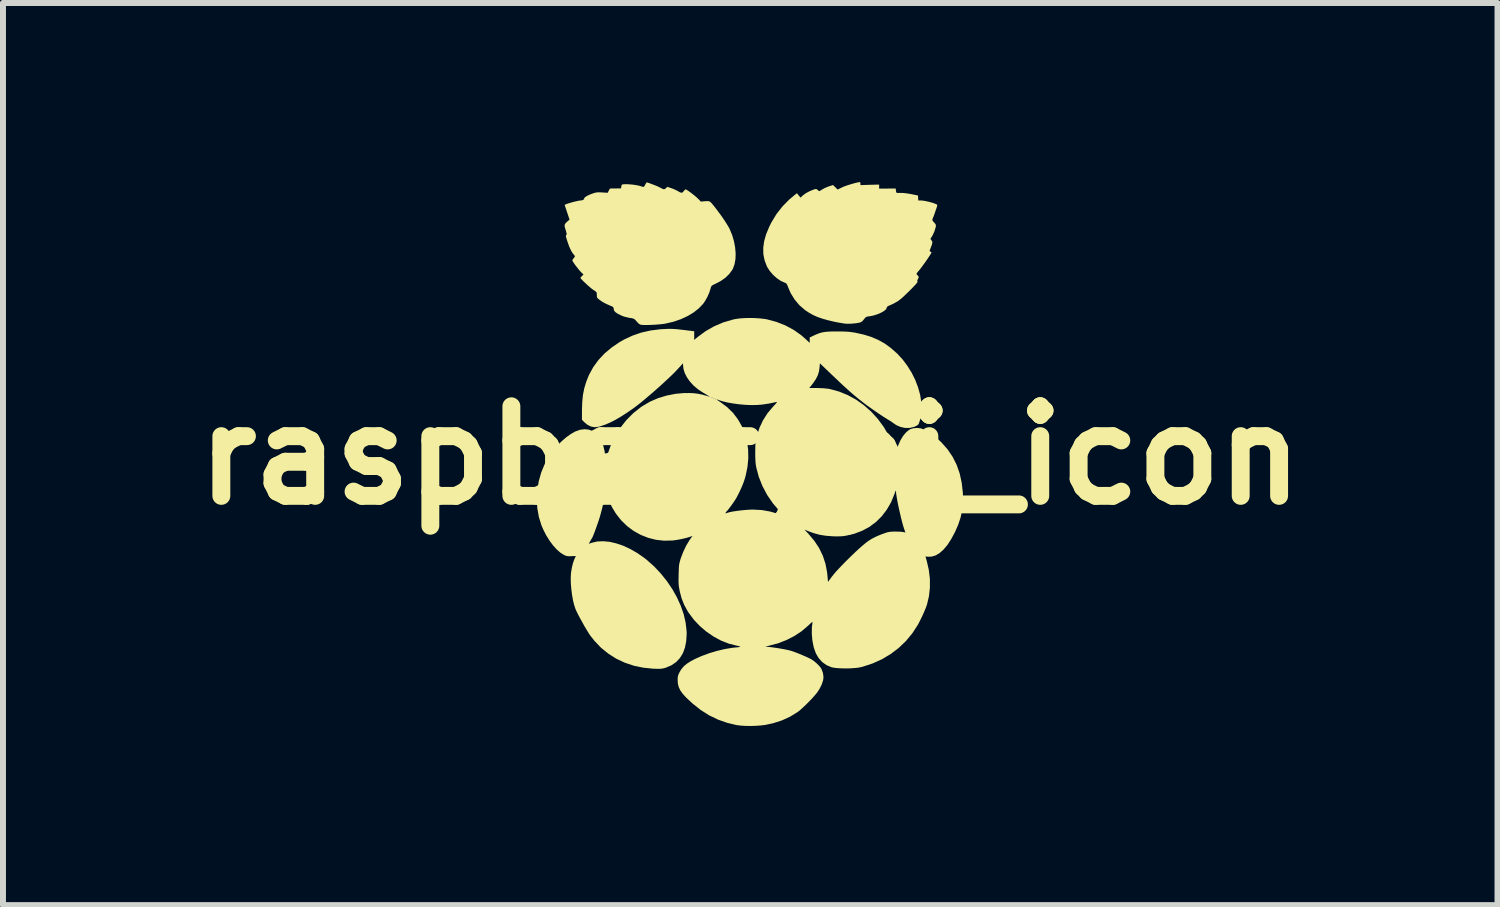
<source format=kicad_pcb>
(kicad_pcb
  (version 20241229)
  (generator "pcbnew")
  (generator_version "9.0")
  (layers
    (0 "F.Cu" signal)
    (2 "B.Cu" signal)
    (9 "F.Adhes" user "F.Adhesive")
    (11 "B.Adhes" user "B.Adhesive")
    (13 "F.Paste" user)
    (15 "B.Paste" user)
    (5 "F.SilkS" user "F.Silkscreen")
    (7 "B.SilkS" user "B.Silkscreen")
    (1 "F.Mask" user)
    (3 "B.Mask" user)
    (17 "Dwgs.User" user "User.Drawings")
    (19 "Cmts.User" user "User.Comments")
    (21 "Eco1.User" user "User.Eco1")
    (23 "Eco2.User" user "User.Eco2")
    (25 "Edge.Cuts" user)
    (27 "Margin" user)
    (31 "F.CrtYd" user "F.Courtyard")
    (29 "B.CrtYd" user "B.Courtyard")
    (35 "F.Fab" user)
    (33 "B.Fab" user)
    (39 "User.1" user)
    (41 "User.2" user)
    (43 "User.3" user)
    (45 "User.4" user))
  (footprint "raspberrypi_icon"
    (layer "F.Cu")
    (at 9.514 4.576)
    (property "Reference" "raspberrypi_icon" (at 0 0 0) (layer "F.SilkS") (effects (font (size 1.5 1.5) (thickness 0.3))))
    (attr board_only exclude_from_pos_files exclude_from_bom)
    (fp_poly (pts (xy 1.839 -4.575) (xy 1.845 -4.563) (xy 1.846 -4.549) (xy 1.846 -4.526) (xy 2.003 -4.531) (xy 2.159 -4.535) (xy 2.159 -4.501) (xy 2.159 -4.467) (xy 2.298 -4.468) (xy 2.437 -4.469) (xy 2.44 -4.433) (xy 2.445 -4.409) (xy 2.453 -4.396) (xy 2.455 -4.395) (xy 2.47 -4.395) (xy 2.499 -4.395) (xy 2.53 -4.395) (xy 2.567 -4.394) (xy 2.616 -4.388) (xy 2.669 -4.38) (xy 2.701 -4.374) (xy 2.809 -4.352) (xy 2.812 -4.311) (xy 2.815 -4.269) (xy 2.861 -4.269) (xy 2.893 -4.266) (xy 2.935 -4.259) (xy 2.981 -4.249) (xy 3.028 -4.237) (xy 3.07 -4.224) (xy 3.105 -4.211) (xy 3.127 -4.2) (xy 3.133 -4.194) (xy 3.131 -4.182) (xy 3.124 -4.155) (xy 3.112 -4.119) (xy 3.097 -4.076) (xy 3.082 -4.032) (xy 3.066 -3.99) (xy 3.057 -3.97) (xy 3.051 -3.951) (xy 3.052 -3.936) (xy 3.062 -3.919) (xy 3.08 -3.9) (xy 3.1 -3.876) (xy 3.109 -3.858) (xy 3.109 -3.839) (xy 3.106 -3.821) (xy 3.084 -3.75) (xy 3.054 -3.684) (xy 3.04 -3.661) (xy 3.017 -3.625) (xy 3.036 -3.6) (xy 3.046 -3.586) (xy 3.05 -3.572) (xy 3.049 -3.554) (xy 3.042 -3.528) (xy 3.028 -3.489) (xy 3.02 -3.469) (xy 3.009 -3.44) (xy 3.005 -3.424) (xy 3.008 -3.416) (xy 3.018 -3.413) (xy 3.02 -3.412) (xy 3.034 -3.403) (xy 3.034 -3.394) (xy 3.025 -3.376) (xy 3.006 -3.346) (xy 2.981 -3.308) (xy 2.951 -3.264) (xy 2.919 -3.219) (xy 2.888 -3.176) (xy 2.86 -3.138) (xy 2.838 -3.11) (xy 2.83 -3.1) (xy 2.807 -3.074) (xy 2.791 -3.053) (xy 2.784 -3.042) (xy 2.784 -3.042) (xy 2.79 -3.03) (xy 2.805 -3.012) (xy 2.806 -3.012) (xy 2.819 -2.996) (xy 2.822 -2.984) (xy 2.815 -2.966) (xy 2.809 -2.954) (xy 2.798 -2.93) (xy 2.797 -2.917) (xy 2.803 -2.912) (xy 2.801 -2.902) (xy 2.786 -2.88) (xy 2.756 -2.847) (xy 2.714 -2.803) (xy 2.659 -2.748) (xy 2.593 -2.684) (xy 2.543 -2.637) (xy 2.477 -2.585) (xy 2.396 -2.539) (xy 2.313 -2.502) (xy 2.291 -2.487) (xy 2.286 -2.472) (xy 2.277 -2.45) (xy 2.252 -2.426) (xy 2.215 -2.402) (xy 2.168 -2.378) (xy 2.115 -2.358) (xy 2.06 -2.341) (xy 2.005 -2.33) (xy 1.997 -2.329) (xy 1.963 -2.325) (xy 1.941 -2.317) (xy 1.924 -2.303) (xy 1.904 -2.278) (xy 1.879 -2.248) (xy 1.853 -2.231) (xy 1.827 -2.222) (xy 1.788 -2.215) (xy 1.737 -2.209) (xy 1.682 -2.205) (xy 1.632 -2.204) (xy 1.602 -2.205) (xy 1.567 -2.209) (xy 1.52 -2.217) (xy 1.467 -2.226) (xy 1.416 -2.236) (xy 1.412 -2.237) (xy 1.301 -2.263) (xy 1.206 -2.29) (xy 1.123 -2.319) (xy 1.05 -2.352) (xy 0.983 -2.39) (xy 0.917 -2.434) (xy 0.913 -2.437) (xy 0.821 -2.517) (xy 0.743 -2.611) (xy 0.678 -2.716) (xy 0.639 -2.806) (xy 0.624 -2.844) (xy 0.612 -2.868) (xy 0.6 -2.882) (xy 0.585 -2.89) (xy 0.576 -2.893) (xy 0.51 -2.923) (xy 0.444 -2.968) (xy 0.382 -3.024) (xy 0.327 -3.088) (xy 0.283 -3.157) (xy 0.277 -3.17) (xy 0.24 -3.268) (xy 0.22 -3.369) (xy 0.218 -3.475) (xy 0.233 -3.585) (xy 0.266 -3.702) (xy 0.317 -3.825) (xy 0.353 -3.898) (xy 0.439 -4.04) (xy 0.54 -4.169) (xy 0.655 -4.286) (xy 0.75 -4.365) (xy 0.783 -4.39) (xy 0.812 -4.353) (xy 0.842 -4.317) (xy 0.88 -4.352) (xy 0.931 -4.39) (xy 0.995 -4.424) (xy 1.061 -4.451) (xy 1.088 -4.459) (xy 1.105 -4.461) (xy 1.118 -4.454) (xy 1.128 -4.446) (xy 1.145 -4.431) (xy 1.156 -4.425) (xy 1.167 -4.43) (xy 1.189 -4.443) (xy 1.208 -4.455) (xy 1.243 -4.474) (xy 1.286 -4.493) (xy 1.321 -4.506) (xy 1.387 -4.527) (xy 1.426 -4.489) (xy 1.464 -4.452) (xy 1.536 -4.487) (xy 1.567 -4.501) (xy 1.608 -4.516) (xy 1.654 -4.531) (xy 1.703 -4.546) (xy 1.75 -4.559) (xy 1.79 -4.569) (xy 1.821 -4.575) (xy 1.838 -4.576)) (stroke (width 0) (type solid)) (fill yes) (layer "F.SilkS"))
    (fp_poly (pts (xy -1.72 -4.568) (xy -1.691 -4.559) (xy -1.653 -4.545) (xy -1.611 -4.529) (xy -1.57 -4.513) (xy -1.535 -4.497) (xy -1.51 -4.485) (xy -1.508 -4.484) (xy -1.474 -4.466) (xy -1.451 -4.457) (xy -1.434 -4.458) (xy -1.419 -4.468) (xy -1.41 -4.476) (xy -1.388 -4.497) (xy -1.322 -4.475) (xy -1.279 -4.459) (xy -1.237 -4.439) (xy -1.209 -4.424) (xy -1.175 -4.405) (xy -1.152 -4.398) (xy -1.134 -4.403) (xy -1.118 -4.419) (xy -1.114 -4.425) (xy -1.097 -4.445) (xy -1.084 -4.454) (xy -1.083 -4.455) (xy -1.068 -4.449) (xy -1.043 -4.433) (xy -1.009 -4.41) (xy -0.972 -4.382) (xy -0.935 -4.353) (xy -0.902 -4.325) (xy -0.876 -4.3) (xy -0.875 -4.3) (xy -0.827 -4.25) (xy -0.758 -4.256) (xy -0.715 -4.258) (xy -0.688 -4.255) (xy -0.673 -4.248) (xy -0.648 -4.224) (xy -0.615 -4.185) (xy -0.577 -4.137) (xy -0.535 -4.081) (xy -0.491 -4.022) (xy -0.449 -3.961) (xy -0.41 -3.902) (xy -0.377 -3.849) (xy -0.351 -3.804) (xy -0.343 -3.787) (xy -0.302 -3.688) (xy -0.272 -3.585) (xy -0.253 -3.482) (xy -0.244 -3.383) (xy -0.247 -3.289) (xy -0.262 -3.204) (xy -0.288 -3.13) (xy -0.3 -3.107) (xy -0.351 -3.038) (xy -0.418 -2.973) (xy -0.5 -2.916) (xy -0.593 -2.868) (xy -0.625 -2.853) (xy -0.644 -2.84) (xy -0.655 -2.825) (xy -0.662 -2.802) (xy -0.665 -2.791) (xy -0.686 -2.724) (xy -0.718 -2.653) (xy -0.756 -2.585) (xy -0.79 -2.536) (xy -0.861 -2.462) (xy -0.947 -2.394) (xy -1.048 -2.333) (xy -1.16 -2.281) (xy -1.281 -2.239) (xy -1.409 -2.209) (xy -1.431 -2.205) (xy -1.476 -2.198) (xy -1.533 -2.193) (xy -1.596 -2.188) (xy -1.661 -2.185) (xy -1.722 -2.183) (xy -1.775 -2.183) (xy -1.814 -2.185) (xy -1.819 -2.185) (xy -1.843 -2.191) (xy -1.865 -2.204) (xy -1.89 -2.229) (xy -1.9 -2.241) (xy -1.923 -2.266) (xy -1.94 -2.282) (xy -1.96 -2.291) (xy -1.986 -2.298) (xy -2.025 -2.303) (xy -2.117 -2.325) (xy -2.174 -2.349) (xy -2.224 -2.375) (xy -2.257 -2.398) (xy -2.277 -2.42) (xy -2.285 -2.443) (xy -2.286 -2.453) (xy -2.29 -2.475) (xy -2.305 -2.49) (xy -2.318 -2.496) (xy -2.345 -2.507) (xy -2.38 -2.523) (xy -2.405 -2.534) (xy -2.444 -2.553) (xy -2.487 -2.579) (xy -2.515 -2.598) (xy -2.543 -2.62) (xy -2.56 -2.636) (xy -2.567 -2.652) (xy -2.569 -2.674) (xy -2.569 -2.687) (xy -2.57 -2.712) (xy -2.574 -2.73) (xy -2.586 -2.743) (xy -2.609 -2.76) (xy -2.625 -2.77) (xy -2.65 -2.787) (xy -2.681 -2.813) (xy -2.716 -2.843) (xy -2.752 -2.876) (xy -2.786 -2.908) (xy -2.814 -2.936) (xy -2.834 -2.958) (xy -2.843 -2.971) (xy -2.843 -2.972) (xy -2.837 -2.983) (xy -2.821 -3) (xy -2.818 -3.004) (xy -2.792 -3.029) (xy -2.826 -3.061) (xy -2.845 -3.081) (xy -2.87 -3.11) (xy -2.897 -3.144) (xy -2.925 -3.18) (xy -2.949 -3.214) (xy -2.968 -3.242) (xy -2.978 -3.261) (xy -2.98 -3.265) (xy -2.974 -3.278) (xy -2.959 -3.299) (xy -2.955 -3.304) (xy -2.939 -3.324) (xy -2.936 -3.336) (xy -2.943 -3.348) (xy -2.949 -3.355) (xy -2.979 -3.393) (xy -3.006 -3.441) (xy -3.033 -3.501) (xy -3.057 -3.569) (xy -3.073 -3.618) (xy -3.083 -3.651) (xy -3.087 -3.673) (xy -3.086 -3.685) (xy -3.081 -3.691) (xy -3.075 -3.697) (xy -3.074 -3.71) (xy -3.079 -3.732) (xy -3.089 -3.769) (xy -3.091 -3.775) (xy -3.104 -3.818) (xy -3.109 -3.847) (xy -3.104 -3.87) (xy -3.09 -3.891) (xy -3.064 -3.915) (xy -3.062 -3.917) (xy -3.026 -3.949) (xy -3.066 -4.068) (xy -3.081 -4.114) (xy -3.094 -4.152) (xy -3.103 -4.18) (xy -3.107 -4.193) (xy -3.107 -4.194) (xy -3.098 -4.2) (xy -3.074 -4.21) (xy -3.039 -4.222) (xy -2.998 -4.234) (xy -2.954 -4.246) (xy -2.912 -4.256) (xy -2.875 -4.264) (xy -2.855 -4.267) (xy -2.82 -4.271) (xy -2.799 -4.277) (xy -2.789 -4.285) (xy -2.785 -4.297) (xy -2.77 -4.32) (xy -2.736 -4.344) (xy -2.685 -4.368) (xy -2.634 -4.387) (xy -2.599 -4.398) (xy -2.567 -4.404) (xy -2.533 -4.405) (xy -2.489 -4.404) (xy -2.478 -4.403) (xy -2.388 -4.397) (xy -2.369 -4.433) (xy -2.349 -4.469) (xy -2.257 -4.47) (xy -2.164 -4.471) (xy -2.159 -4.504) (xy -2.155 -4.524) (xy -2.148 -4.534) (xy -2.131 -4.539) (xy -2.1 -4.541) (xy -2.061 -4.541) (xy -2.011 -4.538) (xy -1.958 -4.533) (xy -1.906 -4.525) (xy -1.862 -4.516) (xy -1.831 -4.507) (xy -1.83 -4.507) (xy -1.801 -4.497) (xy -1.784 -4.497) (xy -1.77 -4.512) (xy -1.758 -4.533) (xy -1.746 -4.556) (xy -1.737 -4.57) (xy -1.736 -4.572)) (stroke (width 0) (type solid)) (fill yes) (layer "F.SilkS"))
    (fp_poly (pts (xy 0.082 -2.299) (xy 0.168 -2.293) (xy 0.246 -2.284) (xy 0.28 -2.278) (xy 0.439 -2.235) (xy 0.589 -2.176) (xy 0.727 -2.102) (xy 0.853 -2.013) (xy 0.922 -1.953) (xy 0.996 -1.884) (xy 0.996 -1.929) (xy 0.996 -1.974) (xy 1.067 -2.008) (xy 1.116 -2.03) (xy 1.161 -2.047) (xy 1.204 -2.059) (xy 1.25 -2.067) (xy 1.304 -2.072) (xy 1.368 -2.075) (xy 1.448 -2.075) (xy 1.456 -2.075) (xy 1.531 -2.075) (xy 1.592 -2.073) (xy 1.642 -2.07) (xy 1.688 -2.065) (xy 1.734 -2.058) (xy 1.761 -2.054) (xy 1.903 -2.022) (xy 2.029 -1.983) (xy 2.143 -1.934) (xy 2.249 -1.875) (xy 2.349 -1.803) (xy 2.447 -1.717) (xy 2.457 -1.709) (xy 2.549 -1.61) (xy 2.631 -1.501) (xy 2.703 -1.385) (xy 2.763 -1.265) (xy 2.81 -1.141) (xy 2.845 -1.017) (xy 2.865 -0.895) (xy 2.871 -0.777) (xy 2.86 -0.666) (xy 2.852 -0.625) (xy 2.841 -0.585) (xy 2.83 -0.55) (xy 2.821 -0.526) (xy 2.818 -0.521) (xy 2.802 -0.506) (xy 2.774 -0.49) (xy 2.748 -0.478) (xy 2.674 -0.46) (xy 2.597 -0.459) (xy 2.52 -0.475) (xy 2.448 -0.506) (xy 2.41 -0.531) (xy 2.38 -0.553) (xy 2.342 -0.578) (xy 2.306 -0.6) (xy 2.245 -0.638) (xy 2.173 -0.685) (xy 2.097 -0.737) (xy 2.02 -0.791) (xy 1.947 -0.843) (xy 1.884 -0.891) (xy 1.881 -0.894) (xy 1.826 -0.937) (xy 1.774 -0.979) (xy 1.724 -1.021) (xy 1.672 -1.066) (xy 1.617 -1.116) (xy 1.555 -1.172) (xy 1.485 -1.238) (xy 1.404 -1.315) (xy 1.387 -1.331) (xy 1.167 -1.541) (xy 1.161 -1.472) (xy 1.151 -1.404) (xy 1.131 -1.34) (xy 1.1 -1.278) (xy 1.055 -1.211) (xy 1.02 -1.166) (xy 0.989 -1.128) (xy 1.122 -1.128) (xy 1.226 -1.124) (xy 1.312 -1.115) (xy 1.338 -1.11) (xy 1.49 -1.068) (xy 1.636 -1.008) (xy 1.775 -0.932) (xy 1.905 -0.839) (xy 2.027 -0.731) (xy 2.137 -0.61) (xy 2.236 -0.476) (xy 2.321 -0.33) (xy 2.329 -0.315) (xy 2.348 -0.273) (xy 2.369 -0.224) (xy 2.389 -0.173) (xy 2.407 -0.123) (xy 2.422 -0.079) (xy 2.431 -0.046) (xy 2.433 -0.031) (xy 2.435 -0.032) (xy 2.441 -0.048) (xy 2.45 -0.077) (xy 2.453 -0.088) (xy 2.481 -0.174) (xy 2.517 -0.254) (xy 2.559 -0.324) (xy 2.606 -0.381) (xy 2.655 -0.423) (xy 2.682 -0.439) (xy 2.733 -0.454) (xy 2.792 -0.459) (xy 2.851 -0.453) (xy 2.884 -0.443) (xy 2.928 -0.422) (xy 2.981 -0.39) (xy 3.04 -0.351) (xy 3.099 -0.307) (xy 3.155 -0.261) (xy 3.203 -0.217) (xy 3.204 -0.215) (xy 3.305 -0.101) (xy 3.389 0.023) (xy 3.457 0.158) (xy 3.508 0.304) (xy 3.542 0.46) (xy 3.561 0.626) (xy 3.562 0.659) (xy 3.562 0.794) (xy 3.549 0.918) (xy 3.524 1.038) (xy 3.484 1.159) (xy 3.429 1.285) (xy 3.424 1.294) (xy 3.364 1.406) (xy 3.302 1.501) (xy 3.238 1.577) (xy 3.173 1.635) (xy 3.107 1.675) (xy 3.04 1.695) (xy 2.984 1.698) (xy 2.935 1.694) (xy 2.957 1.77) (xy 2.991 1.919) (xy 3.009 2.069) (xy 3.009 2.217) (xy 2.993 2.361) (xy 2.961 2.495) (xy 2.943 2.548) (xy 2.917 2.611) (xy 2.886 2.681) (xy 2.853 2.749) (xy 2.821 2.812) (xy 2.807 2.838) (xy 2.714 2.981) (xy 2.607 3.11) (xy 2.487 3.225) (xy 2.354 3.326) (xy 2.209 3.413) (xy 2.052 3.484) (xy 1.885 3.539) (xy 1.856 3.546) (xy 1.807 3.556) (xy 1.744 3.562) (xy 1.674 3.567) (xy 1.6 3.568) (xy 1.527 3.567) (xy 1.46 3.563) (xy 1.403 3.557) (xy 1.361 3.548) (xy 1.36 3.548) (xy 1.276 3.512) (xy 1.205 3.461) (xy 1.146 3.395) (xy 1.099 3.315) (xy 1.065 3.219) (xy 1.061 3.204) (xy 1.04 3.093) (xy 1.031 2.98) (xy 1.033 2.872) (xy 1.042 2.808) (xy 1.043 2.796) (xy 1.04 2.791) (xy 1.031 2.796) (xy 1.014 2.81) (xy 0.986 2.837) (xy 0.97 2.852) (xy 0.862 2.944) (xy 0.74 3.025) (xy 0.607 3.093) (xy 0.465 3.148) (xy 0.318 3.187) (xy 0.313 3.189) (xy 0.249 3.202) (xy 0.318 3.209) (xy 0.37 3.215) (xy 0.433 3.224) (xy 0.501 3.235) (xy 0.568 3.247) (xy 0.627 3.259) (xy 0.669 3.269) (xy 0.706 3.28) (xy 0.755 3.298) (xy 0.812 3.32) (xy 0.872 3.345) (xy 0.93 3.37) (xy 0.98 3.393) (xy 1.018 3.412) (xy 1.025 3.416) (xy 1.066 3.444) (xy 1.109 3.48) (xy 1.148 3.518) (xy 1.179 3.555) (xy 1.193 3.578) (xy 1.218 3.644) (xy 1.227 3.711) (xy 1.222 3.762) (xy 1.198 3.837) (xy 1.158 3.916) (xy 1.118 3.975) (xy 1.085 4.015) (xy 1.043 4.063) (xy 0.994 4.114) (xy 0.942 4.167) (xy 0.89 4.216) (xy 0.843 4.259) (xy 0.803 4.292) (xy 0.79 4.301) (xy 0.666 4.377) (xy 0.53 4.439) (xy 0.384 4.486) (xy 0.254 4.514) (xy 0.181 4.523) (xy 0.098 4.529) (xy 0.011 4.532) (xy -0.075 4.531) (xy -0.154 4.526) (xy -0.22 4.518) (xy -0.225 4.518) (xy -0.387 4.479) (xy -0.542 4.424) (xy -0.689 4.353) (xy -0.831 4.263) (xy -0.967 4.155) (xy -1.07 4.059) (xy -1.128 3.996) (xy -1.17 3.938) (xy -1.197 3.881) (xy -1.212 3.822) (xy -1.215 3.771) (xy -1.215 3.728) (xy -1.21 3.695) (xy -1.199 3.663) (xy -1.184 3.632) (xy -1.153 3.58) (xy -1.113 3.533) (xy -1.062 3.49) (xy -0.997 3.448) (xy -0.923 3.409) (xy -0.81 3.359) (xy -0.685 3.313) (xy -0.557 3.275) (xy -0.428 3.244) (xy -0.307 3.224) (xy -0.244 3.217) (xy -0.208 3.214) (xy -0.18 3.209) (xy -0.167 3.206) (xy -0.166 3.205) (xy -0.175 3.2) (xy -0.198 3.193) (xy -0.229 3.186) (xy -0.359 3.153) (xy -0.489 3.102) (xy -0.614 3.034) (xy -0.733 2.953) (xy -0.844 2.858) (xy -0.943 2.754) (xy -1.029 2.639) (xy -1.052 2.603) (xy -1.108 2.499) (xy -1.15 2.392) (xy -1.181 2.274) (xy -1.182 2.266) (xy -1.19 2.224) (xy -1.196 2.187) (xy -1.199 2.149) (xy -1.201 2.105) (xy -1.2 2.052) (xy -1.199 1.993) (xy -1.197 1.93) (xy -1.195 1.881) (xy -1.192 1.843) (xy -1.187 1.812) (xy -1.18 1.782) (xy -1.171 1.749) (xy -1.163 1.724) (xy -1.121 1.614) (xy -1.072 1.511) (xy -1.017 1.42) (xy -1.01 1.41) (xy -0.967 1.349) (xy -1.008 1.364) (xy -1.075 1.384) (xy -1.153 1.402) (xy -1.234 1.417) (xy -1.303 1.426) (xy -1.442 1.429) (xy -1.578 1.414) (xy -1.709 1.381) (xy -1.835 1.331) (xy -1.953 1.265) (xy -1.983 1.243) (xy 0.909 1.243) (xy 0.976 1.315) (xy 1.075 1.433) (xy 1.155 1.555) (xy 1.217 1.684) (xy 1.261 1.819) (xy 1.288 1.962) (xy 1.295 2.03) (xy 1.302 2.119) (xy 1.373 2.024) (xy 1.402 1.988) (xy 1.441 1.942) (xy 1.489 1.891) (xy 1.54 1.837) (xy 1.592 1.784) (xy 1.604 1.772) (xy 1.689 1.688) (xy 1.763 1.617) (xy 1.827 1.558) (xy 1.884 1.508) (xy 1.935 1.466) (xy 1.982 1.431) (xy 2.028 1.402) (xy 2.074 1.377) (xy 2.122 1.354) (xy 2.174 1.332) (xy 2.222 1.314) (xy 2.27 1.297) (xy 2.308 1.286) (xy 2.344 1.28) (xy 2.386 1.277) (xy 2.417 1.276) (xy 2.465 1.277) (xy 2.509 1.278) (xy 2.545 1.282) (xy 2.557 1.283) (xy 2.599 1.292) (xy 2.584 1.25) (xy 2.567 1.199) (xy 2.549 1.136) (xy 2.53 1.063) (xy 2.512 0.986) (xy 2.494 0.907) (xy 2.477 0.829) (xy 2.463 0.757) (xy 2.452 0.693) (xy 2.444 0.641) (xy 2.442 0.607) (xy 2.441 0.592) (xy 2.438 0.59) (xy 2.432 0.601) (xy 2.422 0.629) (xy 2.414 0.651) (xy 2.358 0.787) (xy 2.287 0.91) (xy 2.203 1.02) (xy 2.106 1.116) (xy 1.997 1.197) (xy 1.877 1.262) (xy 1.745 1.312) (xy 1.611 1.344) (xy 1.56 1.352) (xy 1.507 1.356) (xy 1.447 1.357) (xy 1.377 1.355) (xy 1.262 1.346) (xy 1.158 1.329) (xy 1.058 1.301) (xy 0.979 1.272) (xy 0.909 1.243) (xy -1.983 1.243) (xy -2.062 1.184) (xy -2.161 1.088) (xy -2.247 0.979) (xy -2.309 0.878) (xy -2.331 0.834) (xy -2.354 0.783) (xy -2.375 0.731) (xy -2.393 0.681) (xy -2.406 0.639) (xy -2.413 0.608) (xy -2.413 0.601) (xy -2.415 0.588) (xy -2.42 0.591) (xy -2.426 0.607) (xy -2.432 0.633) (xy -2.437 0.664) (xy -2.448 0.736) (xy -2.464 0.819) (xy -2.485 0.907) (xy -2.508 0.993) (xy -2.517 1.025) (xy -2.531 1.07) (xy -2.548 1.121) (xy -2.568 1.177) (xy -2.587 1.232) (xy -2.606 1.283) (xy -2.623 1.327) (xy -2.637 1.361) (xy -2.646 1.38) (xy -2.647 1.382) (xy -2.656 1.396) (xy -2.67 1.42) (xy -2.679 1.437) (xy -2.705 1.481) (xy -2.651 1.463) (xy -2.56 1.442) (xy -2.461 1.438) (xy -2.354 1.448) (xy -2.243 1.474) (xy -2.128 1.513) (xy -2.011 1.567) (xy -1.894 1.634) (xy -1.78 1.713) (xy -1.729 1.753) (xy -1.608 1.861) (xy -1.496 1.98) (xy -1.394 2.108) (xy -1.304 2.241) (xy -1.227 2.379) (xy -1.163 2.52) (xy -1.114 2.661) (xy -1.082 2.8) (xy -1.066 2.936) (xy -1.064 2.99) (xy -1.072 3.112) (xy -1.093 3.22) (xy -1.128 3.314) (xy -1.178 3.395) (xy -1.241 3.462) (xy -1.318 3.515) (xy -1.409 3.554) (xy -1.431 3.561) (xy -1.46 3.568) (xy -1.49 3.573) (xy -1.527 3.575) (xy -1.574 3.574) (xy -1.621 3.573) (xy -1.789 3.556) (xy -1.949 3.523) (xy -2.101 3.472) (xy -2.243 3.405) (xy -2.376 3.321) (xy -2.498 3.222) (xy -2.608 3.107) (xy -2.682 3.013) (xy -2.707 2.975) (xy -2.738 2.924) (xy -2.774 2.864) (xy -2.81 2.799) (xy -2.846 2.734) (xy -2.879 2.672) (xy -2.906 2.618) (xy -2.925 2.577) (xy -2.926 2.574) (xy -2.948 2.508) (xy -2.968 2.427) (xy -2.984 2.336) (xy -2.996 2.241) (xy -3.004 2.147) (xy -3.006 2.058) (xy -3.002 1.98) (xy -2.999 1.953) (xy -2.986 1.876) (xy -2.969 1.807) (xy -2.95 1.75) (xy -2.94 1.728) (xy -2.928 1.704) (xy -2.922 1.689) (xy -2.921 1.687) (xy -2.93 1.686) (xy -2.954 1.686) (xy -2.987 1.688) (xy -2.994 1.688) (xy -3.035 1.69) (xy -3.064 1.687) (xy -3.091 1.68) (xy -3.122 1.666) (xy -3.123 1.665) (xy -3.181 1.628) (xy -3.241 1.575) (xy -3.301 1.509) (xy -3.359 1.431) (xy -3.413 1.345) (xy -3.461 1.253) (xy -3.496 1.172) (xy -3.54 1.031) (xy -3.566 0.884) (xy -3.574 0.734) (xy -3.566 0.582) (xy -3.541 0.431) (xy -3.499 0.283) (xy -3.44 0.141) (xy -3.366 0.006) (xy -3.356 -0.01) (xy -3.3 -0.086) (xy -3.233 -0.162) (xy -3.159 -0.235) (xy -3.082 -0.302) (xy -3.005 -0.357) (xy -2.932 -0.399) (xy -2.931 -0.399) (xy -2.852 -0.428) (xy -2.776 -0.438) (xy -2.704 -0.431) (xy -2.637 -0.405) (xy -2.577 -0.363) (xy -2.536 -0.316) (xy -2.494 -0.246) (xy -2.461 -0.163) (xy -2.438 -0.066) (xy -2.425 0.047) (xy -2.422 0.078) (xy -2.42 0.076) (xy -2.413 0.058) (xy -2.403 0.027) (xy -2.395 0) (xy -2.337 -0.165) (xy -2.264 -0.319) (xy -2.176 -0.461) (xy -2.074 -0.591) (xy -1.957 -0.708) (xy -1.827 -0.811) (xy -1.802 -0.827) (xy -1.679 -0.899) (xy -1.59 -0.938) (xy -0.566 -0.938) (xy -0.561 -0.933) (xy -0.542 -0.92) (xy -0.514 -0.901) (xy -0.497 -0.89) (xy -0.387 -0.808) (xy -0.29 -0.714) (xy -0.209 -0.608) (xy -0.142 -0.492) (xy -0.09 -0.367) (xy -0.054 -0.235) (xy -0.035 -0.097) (xy -0.032 0.047) (xy -0.046 0.194) (xy -0.077 0.343) (xy -0.095 0.405) (xy -0.114 0.46) (xy -0.14 0.524) (xy -0.17 0.591) (xy -0.202 0.656) (xy -0.231 0.711) (xy -0.247 0.737) (xy -0.269 0.771) (xy -0.295 0.809) (xy -0.322 0.847) (xy -0.349 0.882) (xy -0.371 0.911) (xy -0.386 0.929) (xy -0.391 0.933) (xy -0.403 0.946) (xy -0.41 0.958) (xy -0.415 0.968) (xy -0.412 0.971) (xy -0.396 0.967) (xy -0.379 0.961) (xy -0.344 0.951) (xy -0.295 0.941) (xy -0.234 0.932) (xy -0.167 0.923) (xy -0.098 0.916) (xy -0.032 0.911) (xy 0.028 0.908) (xy 0.046 0.908) (xy 0.196 0.916) (xy 0.34 0.942) (xy 0.454 0.976) (xy 0.497 0.991) (xy 0.532 1.004) (xy 0.556 1.012) (xy 0.565 1.015) (xy 0.561 1.009) (xy 0.545 0.991) (xy 0.521 0.965) (xy 0.495 0.938) (xy 0.382 0.806) (xy 0.285 0.665) (xy 0.205 0.515) (xy 0.143 0.359) (xy 0.102 0.205) (xy 0.094 0.163) (xy 0.089 0.117) (xy 0.086 0.063) (xy 0.084 -0.004) (xy 0.084 -0.049) (xy 0.085 -0.114) (xy 0.086 -0.165) (xy 0.088 -0.206) (xy 0.093 -0.242) (xy 0.099 -0.276) (xy 0.109 -0.315) (xy 0.11 -0.32) (xy 0.154 -0.459) (xy 0.214 -0.587) (xy 0.289 -0.705) (xy 0.382 -0.815) (xy 0.385 -0.819) (xy 0.418 -0.854) (xy 0.439 -0.878) (xy 0.447 -0.891) (xy 0.444 -0.895) (xy 0.439 -0.894) (xy 0.311 -0.867) (xy 0.196 -0.85) (xy 0.117 -0.844) (xy 0.024 -0.842) (xy -0.078 -0.846) (xy -0.184 -0.855) (xy -0.287 -0.869) (xy -0.384 -0.886) (xy -0.468 -0.907) (xy -0.503 -0.918) (xy -0.534 -0.929) (xy -0.557 -0.936) (xy -0.566 -0.938) (xy -1.59 -0.938) (xy -1.578 -0.943) (xy -0.586 -0.943) (xy -0.581 -0.938) (xy -0.576 -0.943) (xy -0.581 -0.948) (xy -0.586 -0.943) (xy -1.578 -0.943) (xy -1.552 -0.954) (xy -0.612 -0.954) (xy -0.611 -0.948) (xy -0.606 -0.948) (xy -0.598 -0.951) (xy -0.599 -0.954) (xy -0.611 -0.955) (xy -0.612 -0.954) (xy -1.552 -0.954) (xy -1.543 -0.958) (xy -1.529 -0.962) (xy -0.635 -0.962) (xy -0.63 -0.957) (xy -0.625 -0.962) (xy -0.63 -0.967) (xy -0.635 -0.962) (xy -1.529 -0.962) (xy -1.497 -0.972) (xy -0.655 -0.972) (xy -0.65 -0.967) (xy -0.645 -0.972) (xy -0.65 -0.977) (xy -0.655 -0.972) (xy -1.497 -0.972) (xy -1.398 -1.002) (xy -1.248 -1.031) (xy -1.113 -1.043) (xy -1.025 -1.044) (xy -0.948 -1.041) (xy -0.876 -1.032) (xy -0.802 -1.017) (xy -0.72 -0.994) (xy -0.675 -0.98) (xy -0.676 -0.982) (xy -0.692 -0.992) (xy -0.718 -1.008) (xy -0.742 -1.023) (xy -0.786 -1.049) (xy -0.831 -1.077) (xy -0.869 -1.103) (xy -0.879 -1.11) (xy -0.95 -1.17) (xy -1.011 -1.237) (xy -1.06 -1.307) (xy -1.097 -1.379) (xy -1.118 -1.449) (xy -1.122 -1.48) (xy -1.126 -1.541) (xy -1.217 -1.442) (xy -1.263 -1.393) (xy -1.322 -1.335) (xy -1.391 -1.27) (xy -1.467 -1.2) (xy -1.548 -1.127) (xy -1.629 -1.055) (xy -1.71 -0.986) (xy -1.787 -0.921) (xy -1.858 -0.863) (xy -1.919 -0.816) (xy -1.954 -0.79) (xy -2.067 -0.712) (xy -2.168 -0.647) (xy -2.261 -0.593) (xy -2.346 -0.55) (xy -2.427 -0.515) (xy -2.506 -0.488) (xy -2.54 -0.479) (xy -2.604 -0.471) (xy -2.668 -0.483) (xy -2.728 -0.513) (xy -2.779 -0.556) (xy -2.818 -0.596) (xy -2.818 -0.765) (xy -2.813 -0.896) (xy -2.801 -1.015) (xy -2.779 -1.124) (xy -2.747 -1.23) (xy -2.704 -1.338) (xy -2.697 -1.353) (xy -2.628 -1.479) (xy -2.542 -1.597) (xy -2.439 -1.707) (xy -2.32 -1.807) (xy -2.186 -1.898) (xy -2.11 -1.941) (xy -1.97 -2.006) (xy -1.825 -2.056) (xy -1.67 -2.091) (xy -1.505 -2.112) (xy -1.431 -2.116) (xy -1.389 -2.118) (xy -1.35 -2.118) (xy -1.313 -2.118) (xy -1.274 -2.116) (xy -1.229 -2.113) (xy -1.176 -2.107) (xy -1.112 -2.1) (xy -1.033 -2.09) (xy -0.979 -2.084) (xy -0.938 -2.078) (xy -0.938 -2.006) (xy -0.938 -1.934) (xy -0.879 -1.983) (xy -0.746 -2.081) (xy -0.603 -2.162) (xy -0.451 -2.227) (xy -0.29 -2.274) (xy -0.248 -2.283) (xy -0.18 -2.293) (xy -0.098 -2.299) (xy -0.009 -2.301)) (stroke (width 0) (type solid)) (fill yes) (layer "F.SilkS")))
  (gr_rect
    (start -3 -3)
    (end 22.029 12.108)
    (stroke (width 0.1) (type default))
    (fill no)
    (layer "Edge.Cuts")))
</source>
